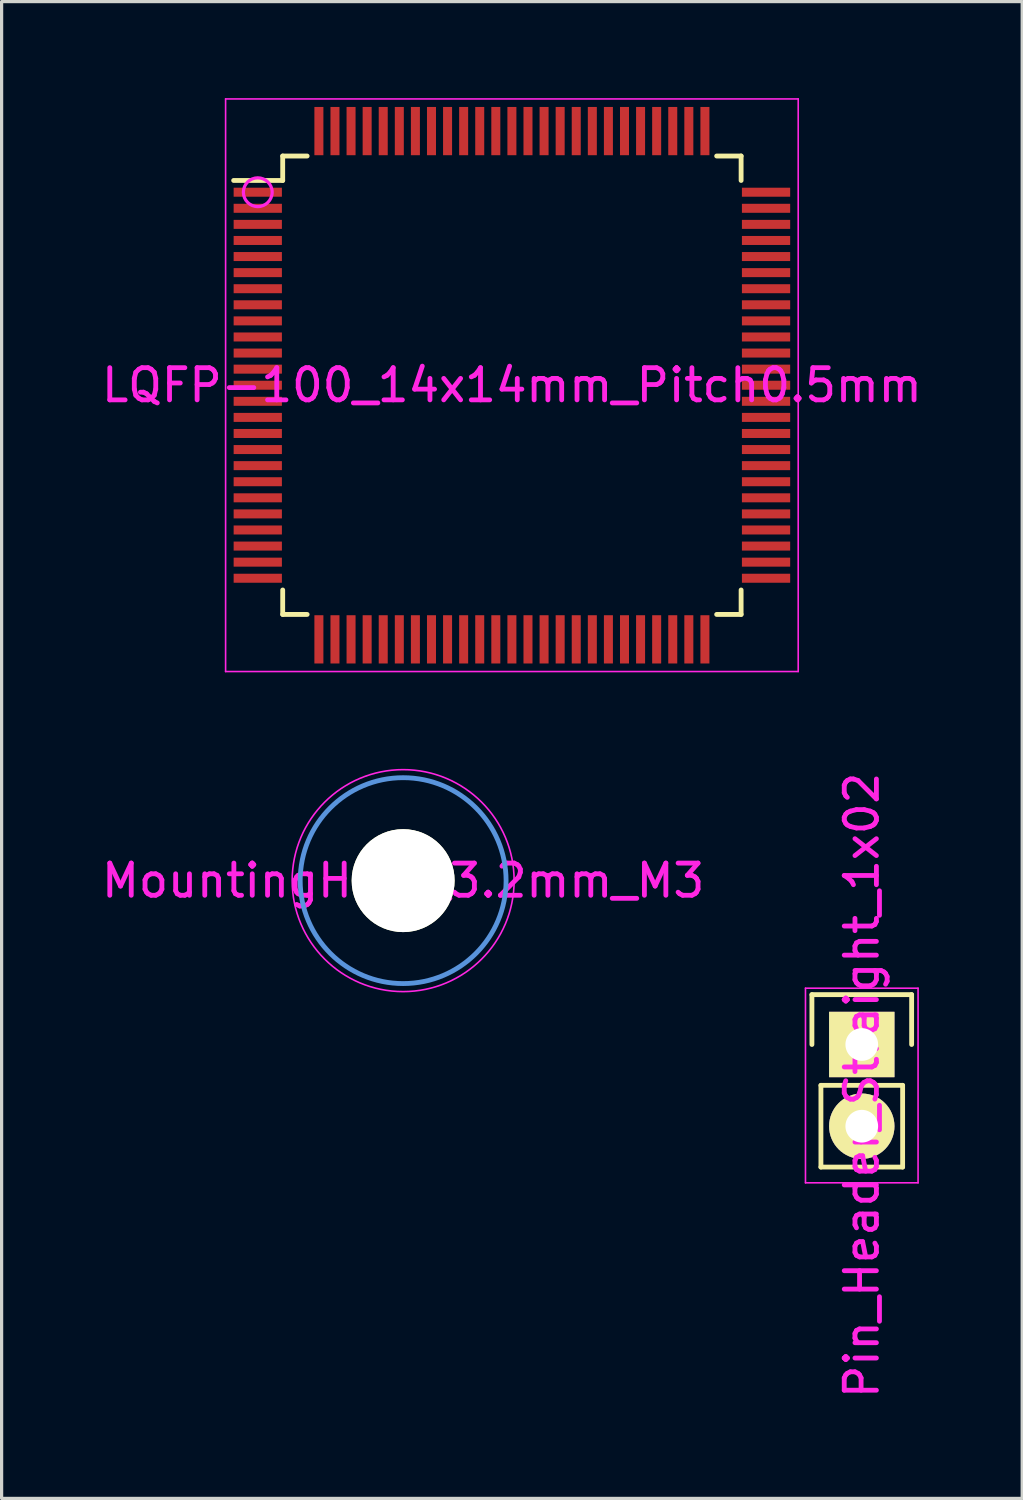
<source format=kicad_pcb>
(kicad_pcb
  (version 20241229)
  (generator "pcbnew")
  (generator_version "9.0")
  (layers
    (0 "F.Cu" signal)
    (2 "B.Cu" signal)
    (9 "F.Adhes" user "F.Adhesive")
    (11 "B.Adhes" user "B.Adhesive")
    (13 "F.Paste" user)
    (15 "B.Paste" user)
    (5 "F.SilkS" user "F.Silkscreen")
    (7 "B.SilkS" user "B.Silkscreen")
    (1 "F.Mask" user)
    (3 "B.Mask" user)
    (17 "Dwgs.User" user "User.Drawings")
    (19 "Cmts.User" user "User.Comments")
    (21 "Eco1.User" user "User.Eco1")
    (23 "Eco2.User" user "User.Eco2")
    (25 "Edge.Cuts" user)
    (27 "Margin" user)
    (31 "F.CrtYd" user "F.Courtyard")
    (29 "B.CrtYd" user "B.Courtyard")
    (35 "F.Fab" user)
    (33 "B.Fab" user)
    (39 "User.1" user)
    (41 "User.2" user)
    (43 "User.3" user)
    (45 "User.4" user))
  (footprint "LQFP-100_14x14mm_Pitch0.5mm"
    (layer "F.Cu")
    (at 12.863 8.925)
    (property "Reference" "LQFP-100_14x14mm_Pitch0.5mm" (at 0 0 0) (layer "F.CrtYd") (effects (font (size 1 1) (thickness 0.15))))
    (attr smd)
    (fp_line (start -7.125 -7.125) (end -7.125 -6.365) (stroke (width 0.15) (type solid)) (layer "F.SilkS"))
    (fp_line (start -7.125 -7.125) (end -6.365 -7.125) (stroke (width 0.15) (type solid)) (layer "F.SilkS"))
    (fp_line (start -7.125 -6.365) (end -8.65 -6.365) (stroke (width 0.15) (type solid)) (layer "F.SilkS"))
    (fp_line (start -7.125 7.125) (end -7.125 6.365) (stroke (width 0.15) (type solid)) (layer "F.SilkS"))
    (fp_line (start -7.125 7.125) (end -6.365 7.125) (stroke (width 0.15) (type solid)) (layer "F.SilkS"))
    (fp_line (start 7.125 -7.125) (end 6.365 -7.125) (stroke (width 0.15) (type solid)) (layer "F.SilkS"))
    (fp_line (start 7.125 -7.125) (end 7.125 -6.365) (stroke (width 0.15) (type solid)) (layer "F.SilkS"))
    (fp_line (start 7.125 7.125) (end 6.365 7.125) (stroke (width 0.15) (type solid)) (layer "F.SilkS"))
    (fp_line (start 7.125 7.125) (end 7.125 6.365) (stroke (width 0.15) (type solid)) (layer "F.SilkS"))
    (fp_line (start -8.9 -8.9) (end -8.9 8.9) (stroke (width 0.05) (type solid)) (layer "F.CrtYd"))
    (fp_line (start -8.9 -8.9) (end 8.9 -8.9) (stroke (width 0.05) (type solid)) (layer "F.CrtYd"))
    (fp_line (start -8.9 8.9) (end 8.9 8.9) (stroke (width 0.05) (type solid)) (layer "F.CrtYd"))
    (fp_line (start 8.9 -8.9) (end 8.9 8.9) (stroke (width 0.05) (type solid)) (layer "F.CrtYd"))
    (fp_circle (center -7.9 -6) (end -7.5 -5.8) (stroke (width 0.1) (type solid)) (fill no) (layer "F.CrtYd"))
    (pad "1" smd rect (at -7.9 -6) (size 1.5 0.28) (layers "F.Cu" "F.Mask" "F.Paste"))
    (pad "2" smd rect (at -7.9 -5.5) (size 1.5 0.28) (layers "F.Cu" "F.Mask" "F.Paste"))
    (pad "3" smd rect (at -7.9 -5) (size 1.5 0.28) (layers "F.Cu" "F.Mask" "F.Paste"))
    (pad "4" smd rect (at -7.9 -4.5) (size 1.5 0.28) (layers "F.Cu" "F.Mask" "F.Paste"))
    (pad "5" smd rect (at -7.9 -4) (size 1.5 0.28) (layers "F.Cu" "F.Mask" "F.Paste"))
    (pad "6" smd rect (at -7.9 -3.5) (size 1.5 0.28) (layers "F.Cu" "F.Mask" "F.Paste"))
    (pad "7" smd rect (at -7.9 -3) (size 1.5 0.28) (layers "F.Cu" "F.Mask" "F.Paste"))
    (pad "8" smd rect (at -7.9 -2.5) (size 1.5 0.28) (layers "F.Cu" "F.Mask" "F.Paste"))
    (pad "9" smd rect (at -7.9 -2) (size 1.5 0.28) (layers "F.Cu" "F.Mask" "F.Paste"))
    (pad "10" smd rect (at -7.9 -1.5) (size 1.5 0.28) (layers "F.Cu" "F.Mask" "F.Paste"))
    (pad "11" smd rect (at -7.9 -1) (size 1.5 0.28) (layers "F.Cu" "F.Mask" "F.Paste"))
    (pad "12" smd rect (at -7.9 -0.5) (size 1.5 0.28) (layers "F.Cu" "F.Mask" "F.Paste"))
    (pad "13" smd rect (at -7.9 0) (size 1.5 0.28) (layers "F.Cu" "F.Mask" "F.Paste"))
    (pad "14" smd rect (at -7.9 0.5) (size 1.5 0.28) (layers "F.Cu" "F.Mask" "F.Paste"))
    (pad "15" smd rect (at -7.9 1) (size 1.5 0.28) (layers "F.Cu" "F.Mask" "F.Paste"))
    (pad "16" smd rect (at -7.9 1.5) (size 1.5 0.28) (layers "F.Cu" "F.Mask" "F.Paste"))
    (pad "17" smd rect (at -7.9 2) (size 1.5 0.28) (layers "F.Cu" "F.Mask" "F.Paste"))
    (pad "18" smd rect (at -7.9 2.5) (size 1.5 0.28) (layers "F.Cu" "F.Mask" "F.Paste"))
    (pad "19" smd rect (at -7.9 3) (size 1.5 0.28) (layers "F.Cu" "F.Mask" "F.Paste"))
    (pad "20" smd rect (at -7.9 3.5) (size 1.5 0.28) (layers "F.Cu" "F.Mask" "F.Paste"))
    (pad "21" smd rect (at -7.9 4) (size 1.5 0.28) (layers "F.Cu" "F.Mask" "F.Paste"))
    (pad "22" smd rect (at -7.9 4.5) (size 1.5 0.28) (layers "F.Cu" "F.Mask" "F.Paste"))
    (pad "23" smd rect (at -7.9 5) (size 1.5 0.28) (layers "F.Cu" "F.Mask" "F.Paste"))
    (pad "24" smd rect (at -7.9 5.5) (size 1.5 0.28) (layers "F.Cu" "F.Mask" "F.Paste"))
    (pad "25" smd rect (at -7.9 6) (size 1.5 0.28) (layers "F.Cu" "F.Mask" "F.Paste"))
    (pad "26" smd rect (at -6 7.9 90) (size 1.5 0.28) (layers "F.Cu" "F.Mask" "F.Paste"))
    (pad "27" smd rect (at -5.5 7.9 90) (size 1.5 0.28) (layers "F.Cu" "F.Mask" "F.Paste"))
    (pad "28" smd rect (at -5 7.9 90) (size 1.5 0.28) (layers "F.Cu" "F.Mask" "F.Paste"))
    (pad "29" smd rect (at -4.5 7.9 90) (size 1.5 0.28) (layers "F.Cu" "F.Mask" "F.Paste"))
    (pad "30" smd rect (at -4 7.9 90) (size 1.5 0.28) (layers "F.Cu" "F.Mask" "F.Paste"))
    (pad "31" smd rect (at -3.5 7.9 90) (size 1.5 0.28) (layers "F.Cu" "F.Mask" "F.Paste"))
    (pad "32" smd rect (at -3 7.9 90) (size 1.5 0.28) (layers "F.Cu" "F.Mask" "F.Paste"))
    (pad "33" smd rect (at -2.5 7.9 90) (size 1.5 0.28) (layers "F.Cu" "F.Mask" "F.Paste"))
    (pad "34" smd rect (at -2 7.9 90) (size 1.5 0.28) (layers "F.Cu" "F.Mask" "F.Paste"))
    (pad "35" smd rect (at -1.5 7.9 90) (size 1.5 0.28) (layers "F.Cu" "F.Mask" "F.Paste"))
    (pad "36" smd rect (at -1 7.9 90) (size 1.5 0.28) (layers "F.Cu" "F.Mask" "F.Paste"))
    (pad "37" smd rect (at -0.5 7.9 90) (size 1.5 0.28) (layers "F.Cu" "F.Mask" "F.Paste"))
    (pad "38" smd rect (at 0 7.9 90) (size 1.5 0.28) (layers "F.Cu" "F.Mask" "F.Paste"))
    (pad "39" smd rect (at 0.5 7.9 90) (size 1.5 0.28) (layers "F.Cu" "F.Mask" "F.Paste"))
    (pad "40" smd rect (at 1 7.9 90) (size 1.5 0.28) (layers "F.Cu" "F.Mask" "F.Paste"))
    (pad "41" smd rect (at 1.5 7.9 90) (size 1.5 0.28) (layers "F.Cu" "F.Mask" "F.Paste"))
    (pad "42" smd rect (at 2 7.9 90) (size 1.5 0.28) (layers "F.Cu" "F.Mask" "F.Paste"))
    (pad "43" smd rect (at 2.5 7.9 90) (size 1.5 0.28) (layers "F.Cu" "F.Mask" "F.Paste"))
    (pad "44" smd rect (at 3 7.9 90) (size 1.5 0.28) (layers "F.Cu" "F.Mask" "F.Paste"))
    (pad "45" smd rect (at 3.5 7.9 90) (size 1.5 0.28) (layers "F.Cu" "F.Mask" "F.Paste"))
    (pad "46" smd rect (at 4 7.9 90) (size 1.5 0.28) (layers "F.Cu" "F.Mask" "F.Paste"))
    (pad "47" smd rect (at 4.5 7.9 90) (size 1.5 0.28) (layers "F.Cu" "F.Mask" "F.Paste"))
    (pad "48" smd rect (at 5 7.9 90) (size 1.5 0.28) (layers "F.Cu" "F.Mask" "F.Paste"))
    (pad "49" smd rect (at 5.5 7.9 90) (size 1.5 0.28) (layers "F.Cu" "F.Mask" "F.Paste"))
    (pad "50" smd rect (at 6 7.9 90) (size 1.5 0.28) (layers "F.Cu" "F.Mask" "F.Paste"))
    (pad "51" smd rect (at 7.9 6) (size 1.5 0.28) (layers "F.Cu" "F.Mask" "F.Paste"))
    (pad "52" smd rect (at 7.9 5.5) (size 1.5 0.28) (layers "F.Cu" "F.Mask" "F.Paste"))
    (pad "53" smd rect (at 7.9 5) (size 1.5 0.28) (layers "F.Cu" "F.Mask" "F.Paste"))
    (pad "54" smd rect (at 7.9 4.5) (size 1.5 0.28) (layers "F.Cu" "F.Mask" "F.Paste"))
    (pad "55" smd rect (at 7.9 4) (size 1.5 0.28) (layers "F.Cu" "F.Mask" "F.Paste"))
    (pad "56" smd rect (at 7.9 3.5) (size 1.5 0.28) (layers "F.Cu" "F.Mask" "F.Paste"))
    (pad "57" smd rect (at 7.9 3) (size 1.5 0.28) (layers "F.Cu" "F.Mask" "F.Paste"))
    (pad "58" smd rect (at 7.9 2.5) (size 1.5 0.28) (layers "F.Cu" "F.Mask" "F.Paste"))
    (pad "59" smd rect (at 7.9 2) (size 1.5 0.28) (layers "F.Cu" "F.Mask" "F.Paste"))
    (pad "60" smd rect (at 7.9 1.5) (size 1.5 0.28) (layers "F.Cu" "F.Mask" "F.Paste"))
    (pad "61" smd rect (at 7.9 1) (size 1.5 0.28) (layers "F.Cu" "F.Mask" "F.Paste"))
    (pad "62" smd rect (at 7.9 0.5) (size 1.5 0.28) (layers "F.Cu" "F.Mask" "F.Paste"))
    (pad "63" smd rect (at 7.9 0) (size 1.5 0.28) (layers "F.Cu" "F.Mask" "F.Paste"))
    (pad "64" smd rect (at 7.9 -0.5) (size 1.5 0.28) (layers "F.Cu" "F.Mask" "F.Paste"))
    (pad "65" smd rect (at 7.9 -1) (size 1.5 0.28) (layers "F.Cu" "F.Mask" "F.Paste"))
    (pad "66" smd rect (at 7.9 -1.5) (size 1.5 0.28) (layers "F.Cu" "F.Mask" "F.Paste"))
    (pad "67" smd rect (at 7.9 -2) (size 1.5 0.28) (layers "F.Cu" "F.Mask" "F.Paste"))
    (pad "68" smd rect (at 7.9 -2.5) (size 1.5 0.28) (layers "F.Cu" "F.Mask" "F.Paste"))
    (pad "69" smd rect (at 7.9 -3) (size 1.5 0.28) (layers "F.Cu" "F.Mask" "F.Paste"))
    (pad "70" smd rect (at 7.9 -3.5) (size 1.5 0.28) (layers "F.Cu" "F.Mask" "F.Paste"))
    (pad "71" smd rect (at 7.9 -4) (size 1.5 0.28) (layers "F.Cu" "F.Mask" "F.Paste"))
    (pad "72" smd rect (at 7.9 -4.5) (size 1.5 0.28) (layers "F.Cu" "F.Mask" "F.Paste"))
    (pad "73" smd rect (at 7.9 -5) (size 1.5 0.28) (layers "F.Cu" "F.Mask" "F.Paste"))
    (pad "74" smd rect (at 7.9 -5.5) (size 1.5 0.28) (layers "F.Cu" "F.Mask" "F.Paste"))
    (pad "75" smd rect (at 7.9 -6) (size 1.5 0.28) (layers "F.Cu" "F.Mask" "F.Paste"))
    (pad "76" smd rect (at 6 -7.9 90) (size 1.5 0.28) (layers "F.Cu" "F.Mask" "F.Paste"))
    (pad "77" smd rect (at 5.5 -7.9 90) (size 1.5 0.28) (layers "F.Cu" "F.Mask" "F.Paste"))
    (pad "78" smd rect (at 5 -7.9 90) (size 1.5 0.28) (layers "F.Cu" "F.Mask" "F.Paste"))
    (pad "79" smd rect (at 4.5 -7.9 90) (size 1.5 0.28) (layers "F.Cu" "F.Mask" "F.Paste"))
    (pad "80" smd rect (at 4 -7.9 90) (size 1.5 0.28) (layers "F.Cu" "F.Mask" "F.Paste"))
    (pad "81" smd rect (at 3.5 -7.9 90) (size 1.5 0.28) (layers "F.Cu" "F.Mask" "F.Paste"))
    (pad "82" smd rect (at 3 -7.9 90) (size 1.5 0.28) (layers "F.Cu" "F.Mask" "F.Paste"))
    (pad "83" smd rect (at 2.5 -7.9 90) (size 1.5 0.28) (layers "F.Cu" "F.Mask" "F.Paste"))
    (pad "84" smd rect (at 2 -7.9 90) (size 1.5 0.28) (layers "F.Cu" "F.Mask" "F.Paste"))
    (pad "85" smd rect (at 1.5 -7.9 90) (size 1.5 0.28) (layers "F.Cu" "F.Mask" "F.Paste"))
    (pad "86" smd rect (at 1 -7.9 90) (size 1.5 0.28) (layers "F.Cu" "F.Mask" "F.Paste"))
    (pad "87" smd rect (at 0.5 -7.9 90) (size 1.5 0.28) (layers "F.Cu" "F.Mask" "F.Paste"))
    (pad "88" smd rect (at 0 -7.9 90) (size 1.5 0.28) (layers "F.Cu" "F.Mask" "F.Paste"))
    (pad "89" smd rect (at -0.5 -7.9 90) (size 1.5 0.28) (layers "F.Cu" "F.Mask" "F.Paste"))
    (pad "90" smd rect (at -1 -7.9 90) (size 1.5 0.28) (layers "F.Cu" "F.Mask" "F.Paste"))
    (pad "91" smd rect (at -1.5 -7.9 90) (size 1.5 0.28) (layers "F.Cu" "F.Mask" "F.Paste"))
    (pad "92" smd rect (at -2 -7.9 90) (size 1.5 0.28) (layers "F.Cu" "F.Mask" "F.Paste"))
    (pad "93" smd rect (at -2.5 -7.9 90) (size 1.5 0.28) (layers "F.Cu" "F.Mask" "F.Paste"))
    (pad "94" smd rect (at -3 -7.9 90) (size 1.5 0.28) (layers "F.Cu" "F.Mask" "F.Paste"))
    (pad "95" smd rect (at -3.5 -7.9 90) (size 1.5 0.28) (layers "F.Cu" "F.Mask" "F.Paste"))
    (pad "96" smd rect (at -4 -7.9 90) (size 1.5 0.28) (layers "F.Cu" "F.Mask" "F.Paste"))
    (pad "97" smd rect (at -4.5 -7.9 90) (size 1.5 0.28) (layers "F.Cu" "F.Mask" "F.Paste"))
    (pad "98" smd rect (at -5 -7.9 90) (size 1.5 0.28) (layers "F.Cu" "F.Mask" "F.Paste"))
    (pad "99" smd rect (at -5.5 -7.9 90) (size 1.5 0.28) (layers "F.Cu" "F.Mask" "F.Paste"))
    (pad "100" smd rect (at -6 -7.9 90) (size 1.5 0.28) (layers "F.Cu" "F.Mask" "F.Paste")))
  (footprint "Pin_Header_Straight_1x02"
    (layer "F.Cu")
    (at 23.739 29.419)
    (property "Reference" "Pin_Header_Straight_1x02" (at 0 1.27 90) (layer "F.CrtYd") (effects (font (size 1 1) (thickness 0.15))))
    (attr through_hole)
    (fp_line (start -1.55 -1.55) (end 1.55 -1.55) (stroke (width 0.15) (type solid)) (layer "F.SilkS"))
    (fp_line (start -1.55 0) (end -1.55 -1.55) (stroke (width 0.15) (type solid)) (layer "F.SilkS"))
    (fp_line (start -1.27 1.27) (end -1.27 3.81) (stroke (width 0.15) (type solid)) (layer "F.SilkS"))
    (fp_line (start -1.27 3.81) (end 1.27 3.81) (stroke (width 0.15) (type solid)) (layer "F.SilkS"))
    (fp_line (start 1.27 1.27) (end -1.27 1.27) (stroke (width 0.15) (type solid)) (layer "F.SilkS"))
    (fp_line (start 1.27 1.27) (end 1.27 3.81) (stroke (width 0.15) (type solid)) (layer "F.SilkS"))
    (fp_line (start 1.55 -1.55) (end 1.55 0) (stroke (width 0.15) (type solid)) (layer "F.SilkS"))
    (fp_line (start -1.75 -1.75) (end -1.75 4.3) (stroke (width 0.05) (type solid)) (layer "F.CrtYd"))
    (fp_line (start -1.75 -1.75) (end 1.75 -1.75) (stroke (width 0.05) (type solid)) (layer "F.CrtYd"))
    (fp_line (start -1.75 4.3) (end 1.75 4.3) (stroke (width 0.05) (type solid)) (layer "F.CrtYd"))
    (fp_line (start 1.75 -1.75) (end 1.75 4.3) (stroke (width 0.05) (type solid)) (layer "F.CrtYd"))
    (pad "1" thru_hole rect (at 0 0) (size 2.032 2.032) (drill 1.016) (layers "*.Cu" "*.Mask" "F.SilkS"))
    (pad "2" thru_hole oval (at 0 2.54) (size 2.032 2.032) (drill 1.016) (layers "*.Cu" "*.Mask" "F.SilkS")))
  (footprint "MountingHole_3.2mm_M3"
    (layer "F.Cu")
    (at 9.482 24.325)
    (property "Reference" "MountingHole_3.2mm_M3" (at 0 0 0) (layer "F.CrtYd") (effects (font (size 1 1) (thickness 0.15))))
    (attr through_hole)
    (fp_circle (center 0 0) (end 3.2 0) (stroke (width 0.15) (type solid)) (fill no) (layer "Cmts.User"))
    (fp_circle (center 0 0) (end 3.45 0) (stroke (width 0.05) (type solid)) (fill no) (layer "F.CrtYd"))
    (pad "" np_thru_hole circle (at 0 0) (size 3.2 3.2) (drill 3.2) (layers "*.Cu" "*.Mask" "F.SilkS")))
  (gr_rect
    (start -3 -3)
    (end 28.726 43.529)
    (stroke (width 0.1) (type default))
    (fill no)
    (layer "Edge.Cuts")))
</source>
